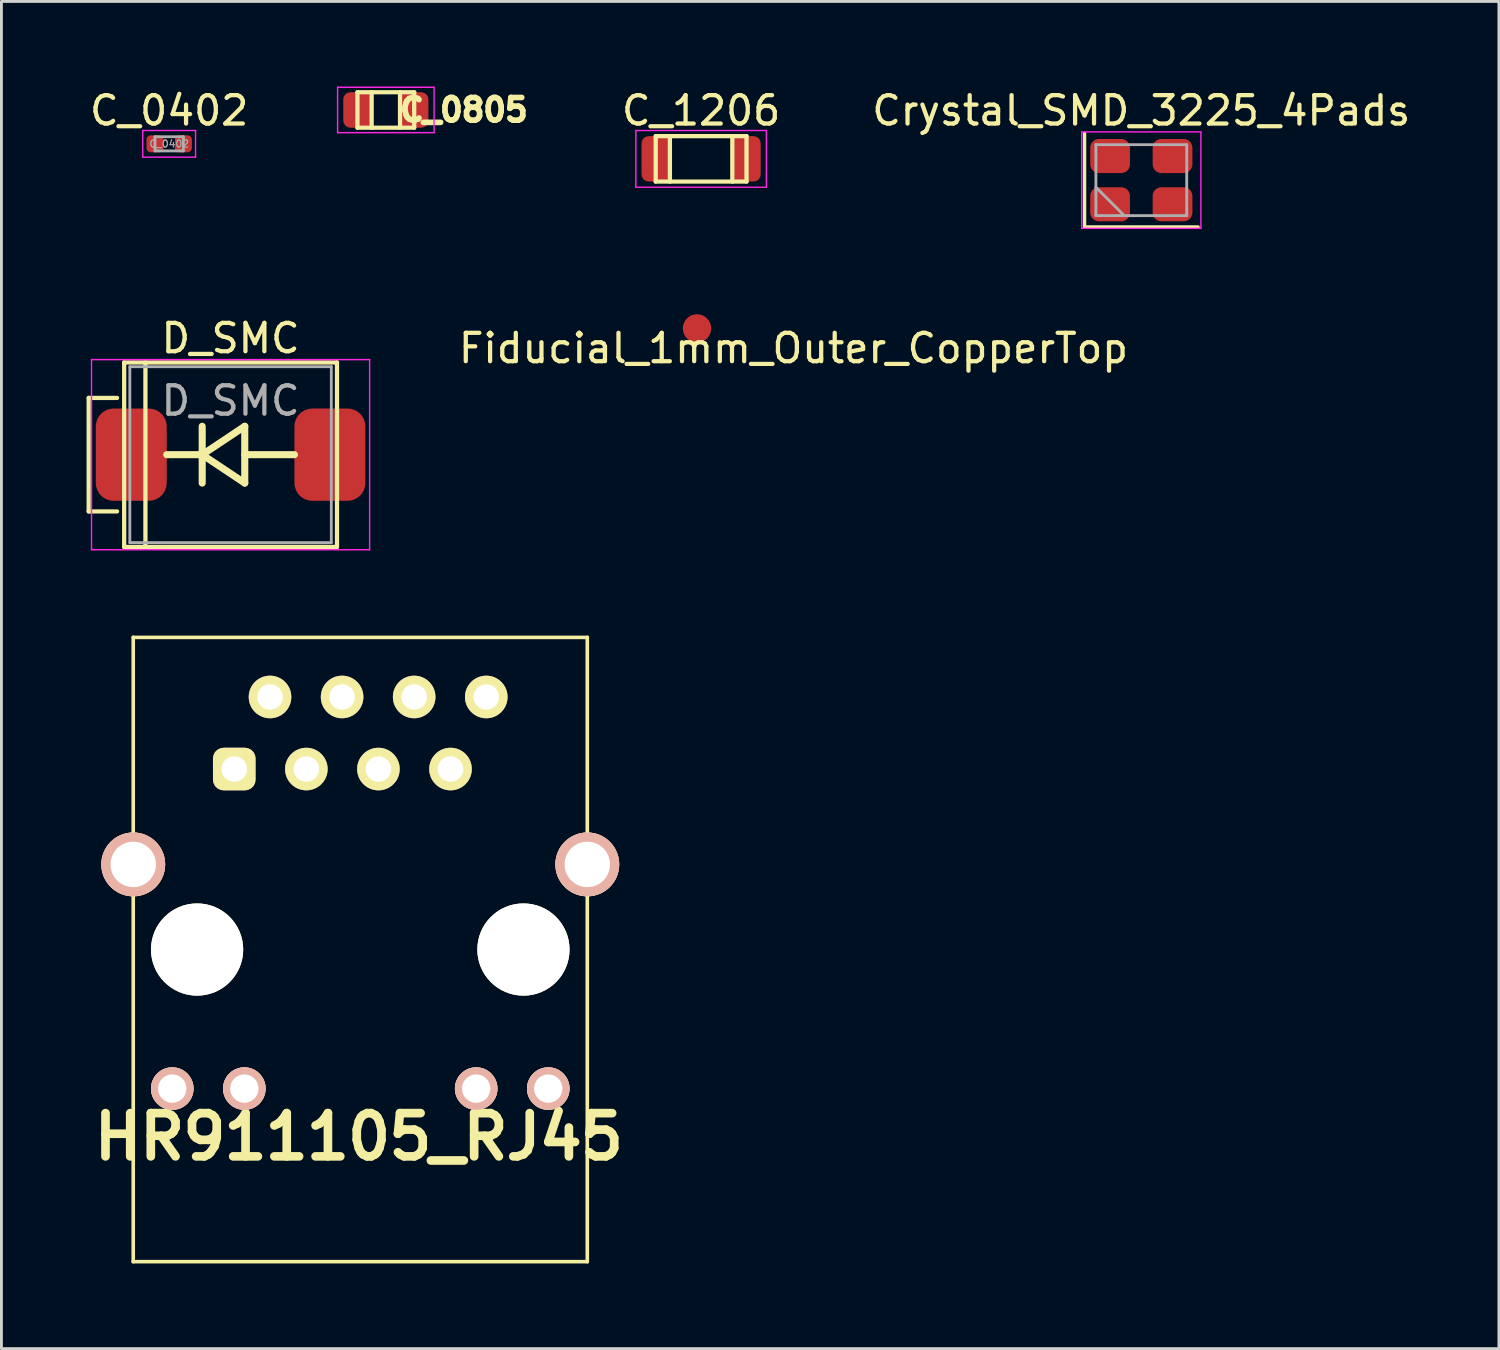
<source format=kicad_pcb>
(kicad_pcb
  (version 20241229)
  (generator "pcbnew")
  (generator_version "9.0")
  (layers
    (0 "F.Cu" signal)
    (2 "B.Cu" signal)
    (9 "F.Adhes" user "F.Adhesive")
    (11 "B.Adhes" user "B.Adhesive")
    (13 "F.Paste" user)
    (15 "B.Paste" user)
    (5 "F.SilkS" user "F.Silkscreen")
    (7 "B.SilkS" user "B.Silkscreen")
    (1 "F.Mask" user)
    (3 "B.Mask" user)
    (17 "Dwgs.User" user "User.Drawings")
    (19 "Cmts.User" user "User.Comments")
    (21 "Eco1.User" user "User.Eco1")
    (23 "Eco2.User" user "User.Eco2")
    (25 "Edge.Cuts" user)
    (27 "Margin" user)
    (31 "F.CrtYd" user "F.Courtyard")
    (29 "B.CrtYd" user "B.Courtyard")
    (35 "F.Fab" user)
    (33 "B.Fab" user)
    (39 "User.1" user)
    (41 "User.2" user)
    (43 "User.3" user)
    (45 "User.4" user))
  (footprint "C_1206"
    (layer "F.Cu")
    (at 21.656 2.548)
    (property "Reference" "C_1206" (at 0 -1.7 0) (layer "F.SilkS") (effects (font (size 1 1) (thickness 0.15))))
    (attr smd)
    (fp_line (start -1.6 -0.8) (end -1.6 0.8) (stroke (width 0.15) (type solid)) (layer "F.SilkS"))
    (fp_line (start -1.6 0.8) (end 1.6 0.8) (stroke (width 0.15) (type solid)) (layer "F.SilkS"))
    (fp_line (start -1.1 -0.8) (end -1.1 0.8) (stroke (width 0.15) (type solid)) (layer "F.SilkS"))
    (fp_line (start 1.1 -0.8) (end 1.1 0.8) (stroke (width 0.15) (type solid)) (layer "F.SilkS"))
    (fp_line (start 1.6 -0.8) (end -1.6 -0.8) (stroke (width 0.15) (type solid)) (layer "F.SilkS"))
    (fp_line (start 1.6 0.8) (end 1.6 -0.8) (stroke (width 0.15) (type solid)) (layer "F.SilkS"))
    (fp_line (start -2.3 -1) (end -2.3 1) (stroke (width 0.05) (type solid)) (layer "F.CrtYd"))
    (fp_line (start -2.3 -1) (end 2.3 -1) (stroke (width 0.05) (type solid)) (layer "F.CrtYd"))
    (fp_line (start -2.3 1) (end 2.3 1) (stroke (width 0.05) (type solid)) (layer "F.CrtYd"))
    (fp_line (start 2.3 -1) (end 2.3 1) (stroke (width 0.05) (type solid)) (layer "F.CrtYd"))
    (pad "1" smd roundrect (at -1.6 0) (size 1 1.6) (layers "F.Cu" "F.Mask" "F.Paste") (roundrect_rratio 0.25))
    (pad "2" smd roundrect (at 1.6 0) (size 1 1.6) (layers "F.Cu" "F.Mask" "F.Paste") (roundrect_rratio 0.25)))
  (footprint "C_0402"
    (layer "F.Cu")
    (at 2.911 2.018)
    (property "Reference" "C_0402" (at 0 -1.17 0) (layer "F.SilkS") (effects (font (size 1 1) (thickness 0.15))))
    (attr smd)
    (fp_line (start -0.93 -0.47) (end 0.93 -0.47) (stroke (width 0.05) (type solid)) (layer "F.CrtYd"))
    (fp_line (start -0.93 0.47) (end -0.93 -0.47) (stroke (width 0.05) (type solid)) (layer "F.CrtYd"))
    (fp_line (start 0.93 -0.47) (end 0.93 0.47) (stroke (width 0.05) (type solid)) (layer "F.CrtYd"))
    (fp_line (start 0.93 0.47) (end -0.93 0.47) (stroke (width 0.05) (type solid)) (layer "F.CrtYd"))
    (fp_line (start -0.5 -0.25) (end 0.5 -0.25) (stroke (width 0.1) (type solid)) (layer "F.Fab"))
    (fp_line (start -0.5 0.25) (end -0.5 -0.25) (stroke (width 0.1) (type solid)) (layer "F.Fab"))
    (fp_line (start 0.5 -0.25) (end 0.5 0.25) (stroke (width 0.1) (type solid)) (layer "F.Fab"))
    (fp_line (start 0.5 0.25) (end -0.5 0.25) (stroke (width 0.1) (type solid)) (layer "F.Fab"))
    (fp_text user "${REFERENCE}" (at 0 0 0) (layer "F.Fab") (effects (font (size 0.25 0.25) (thickness 0.04))))
    (pad "1" smd roundrect (at -0.5 0) (size 0.6 0.6) (layers "F.Cu" "F.Mask" "F.Paste") (roundrect_rratio 0.25))
    (pad "2" smd roundrect (at 0.5 0) (size 0.6 0.6) (layers "F.Cu" "F.Mask" "F.Paste") (roundrect_rratio 0.25)))
  (footprint "HR911105_RJ45"
    (layer "F.Cu")
    (at 9.645 30.41)
    (property "Reference" "HR911105_RJ45" (at -0.051 6.599 0) (layer "F.SilkS") (effects (font (size 1.524 1.524) (thickness 0.305))))
    (fp_line (start -8 -11) (end -8 11) (stroke (width 0.127) (type solid)) (layer "F.SilkS"))
    (fp_line (start -8 -11) (end 8 -11) (stroke (width 0.127) (type solid)) (layer "F.SilkS"))
    (fp_line (start -8 11) (end 8 11) (stroke (width 0.127) (type solid)) (layer "F.SilkS"))
    (fp_line (start 8 11) (end 8 -11) (stroke (width 0.127) (type solid)) (layer "F.SilkS"))
    (pad "" np_thru_hole circle (at -5.75 0) (size 3.25 3.25) (drill 3.25) (layers "F.Cu" "F.SilkS"))
    (pad "" np_thru_hole circle (at 5.75 0) (size 3.25 3.25) (drill 3.25) (layers "F.Cu" "F.SilkS"))
    (pad "CHS" thru_hole circle (at 4.44 -8.9) (size 1.5 1.5) (drill 0.9) (layers "*.Cu" "*.Mask" "F.SilkS"))
    (pad "GA" thru_hole circle (at -6.625 4.9) (size 1.5 1.5) (drill 1) (layers "*.Cu" "*.SilkS" "*.Mask"))
    (pad "GK" thru_hole circle (at -4.085 4.9) (size 1.5 1.5) (drill 1) (layers "*.Cu" "*.SilkS" "*.Mask"))
    (pad "NC" thru_hole circle (at 3.18 -6.36) (size 1.5 1.5) (drill 0.9) (layers "*.Cu" "*.Mask" "F.SilkS"))
    (pad "RD+" thru_hole circle (at -1.9 -6.36) (size 1.5 1.5) (drill 0.9) (layers "*.Cu" "*.Mask" "F.SilkS"))
    (pad "RD-" thru_hole circle (at 1.9 -8.9) (size 1.5 1.5) (drill 0.9) (layers "*.Cu" "*.Mask" "F.SilkS"))
    (pad "RDC" thru_hole circle (at 0.64 -6.36) (size 1.5 1.5) (drill 0.9) (layers "*.Cu" "*.Mask" "F.SilkS"))
    (pad "S" thru_hole circle (at -8 -3) (size 2.25 2.25) (drill 1.6) (layers "*.Cu" "*.SilkS" "*.Mask"))
    (pad "S" thru_hole circle (at 8 -3) (size 2.25 2.25) (drill 1.6) (layers "*.Cu" "*.SilkS" "*.Mask"))
    (pad "TD+" thru_hole roundrect (at -4.44 -6.36) (size 1.5 1.5) (drill 0.9) (layers "*.Cu" "*.Mask" "F.SilkS") (roundrect_rratio 0.25))
    (pad "TD-" thru_hole circle (at -3.18 -8.9) (size 1.5 1.5) (drill 0.9) (layers "*.Cu" "*.Mask" "F.SilkS"))
    (pad "TDC" thru_hole circle (at -0.64 -8.9) (size 1.5 1.5) (drill 0.9) (layers "*.Cu" "*.Mask" "F.SilkS"))
    (pad "YA" thru_hole circle (at 6.625 4.9) (size 1.5 1.5) (drill 1) (layers "*.Cu" "*.SilkS" "*.Mask"))
    (pad "YK" thru_hole circle (at 4.085 4.9) (size 1.5 1.5) (drill 1) (layers "*.Cu" "*.SilkS" "*.Mask")))
  (footprint "C_0805"
    (layer "F.Cu")
    (at 10.546 0.825)
    (property "Reference" "C_0805" (at 2.75 0 0) (layer "F.SilkS") (effects (font (size 0.8 0.8) (thickness 0.2))))
    (attr smd)
    (fp_line (start -1 -0.625) (end -1 0.625) (stroke (width 0.15) (type solid)) (layer "F.SilkS"))
    (fp_line (start -1 0.625) (end 1 0.625) (stroke (width 0.15) (type solid)) (layer "F.SilkS"))
    (fp_line (start -0.5 -0.625) (end -0.5 0.625) (stroke (width 0.15) (type solid)) (layer "F.SilkS"))
    (fp_line (start 0.5 -0.625) (end 0.5 0.625) (stroke (width 0.15) (type solid)) (layer "F.SilkS"))
    (fp_line (start 1 -0.625) (end -1 -0.625) (stroke (width 0.15) (type solid)) (layer "F.SilkS"))
    (fp_line (start 1 0.625) (end 1 -0.625) (stroke (width 0.15) (type solid)) (layer "F.SilkS"))
    (fp_line (start -1.7 -0.8) (end -1.7 0.8) (stroke (width 0.05) (type solid)) (layer "F.CrtYd"))
    (fp_line (start -1.7 -0.8) (end 1.7 -0.8) (stroke (width 0.05) (type solid)) (layer "F.CrtYd"))
    (fp_line (start -1.7 0.8) (end 1.7 0.8) (stroke (width 0.05) (type solid)) (layer "F.CrtYd"))
    (fp_line (start 1.7 -0.8) (end 1.7 0.8) (stroke (width 0.05) (type solid)) (layer "F.CrtYd"))
    (pad "1" smd roundrect (at -1 0) (size 1 1.25) (layers "F.Cu" "F.Mask" "F.Paste") (roundrect_rratio 0.25))
    (pad "2" smd roundrect (at 1 0) (size 1 1.25) (layers "F.Cu" "F.Mask" "F.Paste") (roundrect_rratio 0.25)))
  (footprint "Fiducial_1mm_Outer_CopperTop"
    (layer "F.Cu")
    (at 21.511 8.523)
    (property "Reference" "Fiducial_1mm_Outer_CopperTop" (at 3.4 0.7 0) (layer "F.SilkS") (effects (font (size 1 1) (thickness 0.15))))
    (attr smd)
    (pad "~" smd circle (at 0 0) (size 1 1) (layers "F.Cu" "F.Mask")))
  (footprint "D_SMC"
    (layer "F.Cu")
    (at 5.075 12.972)
    (property "Reference" "D_SMC" (at 0 -4.1 0) (layer "F.SilkS") (effects (font (size 1 1) (thickness 0.15))))
    (attr smd)
    (fp_line (start -5 -2) (end -4 -2) (stroke (width 0.15) (type solid)) (layer "F.SilkS"))
    (fp_line (start -5 2) (end -5 -2) (stroke (width 0.15) (type solid)) (layer "F.SilkS"))
    (fp_line (start -5 2) (end -4 2) (stroke (width 0.15) (type solid)) (layer "F.SilkS"))
    (fp_line (start -3.75 -3.25) (end 3.75 -3.25) (stroke (width 0.15) (type solid)) (layer "F.SilkS"))
    (fp_line (start -3.75 3.25) (end -3.75 -3.25) (stroke (width 0.15) (type solid)) (layer "F.SilkS"))
    (fp_line (start -3.75 3.25) (end 3.75 3.25) (stroke (width 0.15) (type solid)) (layer "F.SilkS"))
    (fp_line (start -3 -3.25) (end -3 3.25) (stroke (width 0.15) (type solid)) (layer "F.SilkS"))
    (fp_line (start -2.25 0) (end -1 0) (stroke (width 0.25) (type solid)) (layer "F.SilkS"))
    (fp_line (start -1 -1) (end -1 1) (stroke (width 0.25) (type solid)) (layer "F.SilkS"))
    (fp_line (start -1 0) (end 0.5 -1) (stroke (width 0.25) (type solid)) (layer "F.SilkS"))
    (fp_line (start 0.5 -1) (end 0.5 1) (stroke (width 0.25) (type solid)) (layer "F.SilkS"))
    (fp_line (start 0.5 0) (end 2.25 0) (stroke (width 0.25) (type solid)) (layer "F.SilkS"))
    (fp_line (start 0.5 1) (end -1 0) (stroke (width 0.25) (type solid)) (layer "F.SilkS"))
    (fp_line (start 3.75 -3.25) (end 3.75 3.25) (stroke (width 0.15) (type solid)) (layer "F.SilkS"))
    (fp_line (start -4.9 -3.35) (end 4.9 -3.35) (stroke (width 0.05) (type solid)) (layer "F.CrtYd"))
    (fp_line (start -4.9 3.35) (end -4.9 -3.35) (stroke (width 0.05) (type solid)) (layer "F.CrtYd"))
    (fp_line (start 4.9 -3.35) (end 4.9 3.35) (stroke (width 0.05) (type solid)) (layer "F.CrtYd"))
    (fp_line (start 4.9 3.35) (end -4.9 3.35) (stroke (width 0.05) (type solid)) (layer "F.CrtYd"))
    (fp_line (start -3.55 3.1) (end -3.55 -3.1) (stroke (width 0.1) (type solid)) (layer "F.Fab"))
    (fp_line (start 3.55 -3.1) (end -3.55 -3.1) (stroke (width 0.1) (type solid)) (layer "F.Fab"))
    (fp_line (start 3.55 -3.1) (end 3.55 3.1) (stroke (width 0.1) (type solid)) (layer "F.Fab"))
    (fp_line (start 3.55 3.1) (end -3.55 3.1) (stroke (width 0.1) (type solid)) (layer "F.Fab"))
    (fp_text user "${REFERENCE}" (at 0 -1.9 0) (layer "F.Fab") (effects (font (size 1 1) (thickness 0.15))))
    (pad "1" smd roundrect (at -3.5 0 90) (size 3.25 2.5) (layers "F.Cu" "F.Mask" "F.Paste") (roundrect_rratio 0.25))
    (pad "2" smd roundrect (at 3.5 0 90) (size 3.25 2.5) (layers "F.Cu" "F.Mask" "F.Paste") (roundrect_rratio 0.25)))
  (footprint "Crystal_SMD_3225_4Pads"
    (layer "F.Cu")
    (at 37.168 3.298)
    (property "Reference" "Crystal_SMD_3225_4Pads" (at 0 -2.45 0) (layer "F.SilkS") (effects (font (size 1 1) (thickness 0.15))))
    (attr smd)
    (fp_line (start -2 -1.65) (end -2 1.65) (stroke (width 0.12) (type solid)) (layer "F.SilkS"))
    (fp_line (start -2 1.65) (end 2 1.65) (stroke (width 0.12) (type solid)) (layer "F.SilkS"))
    (fp_line (start -2.1 -1.7) (end -2.1 1.7) (stroke (width 0.05) (type solid)) (layer "F.CrtYd"))
    (fp_line (start -2.1 1.7) (end 2.1 1.7) (stroke (width 0.05) (type solid)) (layer "F.CrtYd"))
    (fp_line (start 2.1 -1.7) (end -2.1 -1.7) (stroke (width 0.05) (type solid)) (layer "F.CrtYd"))
    (fp_line (start 2.1 1.7) (end 2.1 -1.7) (stroke (width 0.05) (type solid)) (layer "F.CrtYd"))
    (fp_line (start -1.6 -1.25) (end -1.6 1.25) (stroke (width 0.1) (type solid)) (layer "F.Fab"))
    (fp_line (start -1.6 0.25) (end -0.6 1.25) (stroke (width 0.1) (type solid)) (layer "F.Fab"))
    (fp_line (start -1.6 1.25) (end 1.6 1.25) (stroke (width 0.1) (type solid)) (layer "F.Fab"))
    (fp_line (start 1.6 -1.25) (end -1.6 -1.25) (stroke (width 0.1) (type solid)) (layer "F.Fab"))
    (fp_line (start 1.6 1.25) (end 1.6 -1.25) (stroke (width 0.1) (type solid)) (layer "F.Fab"))
    (pad "1" smd roundrect (at -1.1 0.85) (size 1.4 1.2) (layers "F.Cu" "F.Mask" "F.Paste") (roundrect_rratio 0.25))
    (pad "2" smd roundrect (at 1.1 -0.85) (size 1.4 1.2) (layers "F.Cu" "F.Mask" "F.Paste") (roundrect_rratio 0.25))
    (pad "3" smd roundrect (at -1.1 -0.85) (size 1.4 1.2) (layers "F.Cu" "F.Mask" "F.Paste") (roundrect_rratio 0.25))
    (pad "3" smd roundrect (at 1.1 0.85) (size 1.4 1.2) (layers "F.Cu" "F.Mask" "F.Paste") (roundrect_rratio 0.25)))
  (gr_rect
    (start -3 -3)
    (end 49.769 44.474)
    (stroke (width 0.1) (type default))
    (fill no)
    (layer "Edge.Cuts")))
</source>
